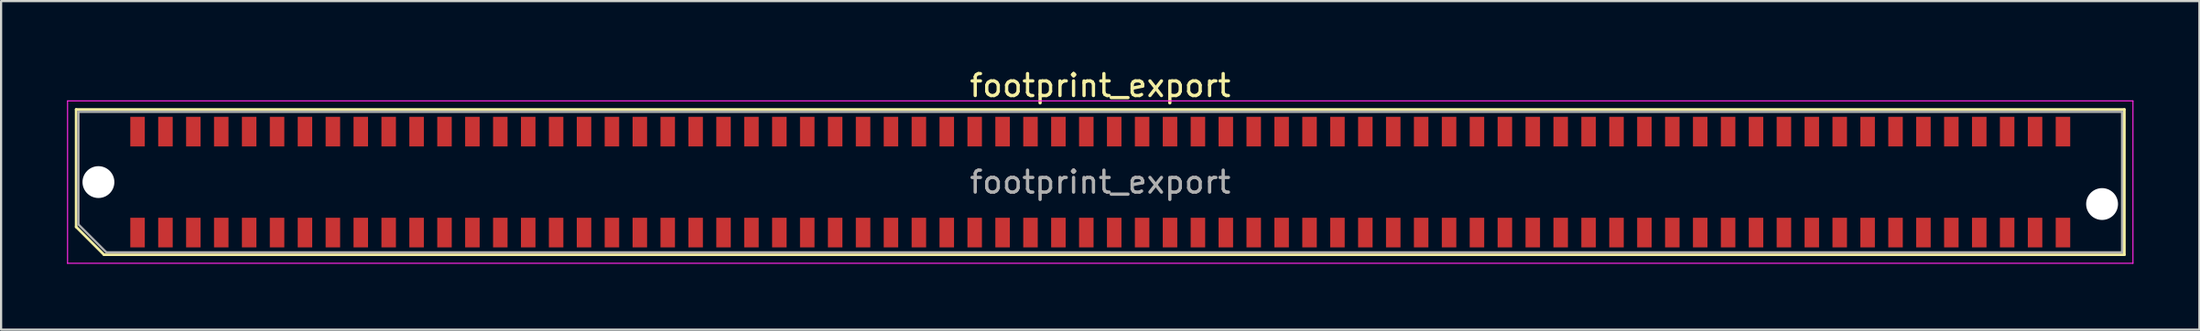
<source format=kicad_pcb>
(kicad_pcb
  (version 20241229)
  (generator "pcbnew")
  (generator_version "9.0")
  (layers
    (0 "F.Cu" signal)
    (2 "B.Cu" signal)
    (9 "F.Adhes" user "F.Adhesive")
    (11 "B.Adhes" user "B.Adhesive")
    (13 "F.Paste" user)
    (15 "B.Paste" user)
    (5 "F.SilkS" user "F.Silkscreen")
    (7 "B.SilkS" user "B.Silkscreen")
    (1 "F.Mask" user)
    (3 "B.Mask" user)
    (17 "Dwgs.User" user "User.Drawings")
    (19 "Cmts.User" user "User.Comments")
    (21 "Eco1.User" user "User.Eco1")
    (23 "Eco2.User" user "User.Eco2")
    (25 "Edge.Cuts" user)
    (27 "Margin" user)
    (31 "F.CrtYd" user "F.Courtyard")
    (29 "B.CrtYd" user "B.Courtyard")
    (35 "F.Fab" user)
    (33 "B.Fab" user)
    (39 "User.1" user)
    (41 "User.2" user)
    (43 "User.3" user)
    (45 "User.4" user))
  (footprint "footprint_export"
    (layer "F.Cu")
    (at 47.025 5.248)
    (property "Reference" "footprint_export" (at 0 -4.4 0) (layer "F.SilkS") (effects (font (size 1 1) (thickness 0.15))))
    (attr smd)
    (fp_line (start -46.61 -3.31) (end 46.61 -3.31) (stroke (width 0.12) (type solid)) (layer "F.SilkS"))
    (fp_line (start -46.61 2.04) (end -46.61 -3.31) (stroke (width 0.12) (type solid)) (layer "F.SilkS"))
    (fp_line (start -45.34 3.31) (end -46.61 2.04) (stroke (width 0.12) (type solid)) (layer "F.SilkS"))
    (fp_line (start -45.34 3.31) (end 46.61 3.31) (stroke (width 0.12) (type solid)) (layer "F.SilkS"))
    (fp_line (start 46.61 3.31) (end 46.61 -3.31) (stroke (width 0.12) (type solid)) (layer "F.SilkS"))
    (fp_line (start -47 -3.7) (end -47 3.7) (stroke (width 0.05) (type solid)) (layer "F.CrtYd"))
    (fp_line (start -47 3.7) (end 47 3.7) (stroke (width 0.05) (type solid)) (layer "F.CrtYd"))
    (fp_line (start 47 -3.7) (end -47 -3.7) (stroke (width 0.05) (type solid)) (layer "F.CrtYd"))
    (fp_line (start 47 3.7) (end 47 -3.7) (stroke (width 0.05) (type solid)) (layer "F.CrtYd"))
    (fp_line (start -46.505 -3.2) (end 46.505 -3.2) (stroke (width 0.1) (type solid)) (layer "F.Fab"))
    (fp_line (start -46.505 1.93) (end -46.505 -3.2) (stroke (width 0.1) (type solid)) (layer "F.Fab"))
    (fp_line (start -46.505 1.93) (end -45.235 3.2) (stroke (width 0.1) (type solid)) (layer "F.Fab"))
    (fp_line (start -45.235 3.2) (end 46.505 3.2) (stroke (width 0.1) (type solid)) (layer "F.Fab"))
    (fp_line (start 46.505 3.2) (end 46.505 -3.2) (stroke (width 0.1) (type solid)) (layer "F.Fab"))
    (fp_text user "${REFERENCE}" (at 0 0 0) (layer "F.Fab") (effects (font (size 1 1) (thickness 0.15))))
    (pad "" np_thru_hole circle (at -45.595 0) (size 1.45 1.45) (drill 1.45) (layers "*.Cu" "*.Mask"))
    (pad "" np_thru_hole circle (at 45.595 1) (size 1.45 1.45) (drill 1.45) (layers "*.Cu" "*.Mask"))
    (pad "1" smd rect (at -43.815 2.3) (size 0.66 1.35) (layers "F.Cu" "F.Mask" "F.Paste"))
    (pad "2" smd rect (at -43.815 -2.3) (size 0.66 1.35) (layers "F.Cu" "F.Mask" "F.Paste"))
    (pad "3" smd rect (at -42.545 2.3) (size 0.66 1.35) (layers "F.Cu" "F.Mask" "F.Paste"))
    (pad "4" smd rect (at -42.545 -2.3) (size 0.66 1.35) (layers "F.Cu" "F.Mask" "F.Paste"))
    (pad "5" smd rect (at -41.275 2.3) (size 0.66 1.35) (layers "F.Cu" "F.Mask" "F.Paste"))
    (pad "6" smd rect (at -41.275 -2.3) (size 0.66 1.35) (layers "F.Cu" "F.Mask" "F.Paste"))
    (pad "7" smd rect (at -40.005 2.3) (size 0.66 1.35) (layers "F.Cu" "F.Mask" "F.Paste"))
    (pad "8" smd rect (at -40.005 -2.3) (size 0.66 1.35) (layers "F.Cu" "F.Mask" "F.Paste"))
    (pad "9" smd rect (at -38.735 2.3) (size 0.66 1.35) (layers "F.Cu" "F.Mask" "F.Paste"))
    (pad "10" smd rect (at -38.735 -2.3) (size 0.66 1.35) (layers "F.Cu" "F.Mask" "F.Paste"))
    (pad "11" smd rect (at -37.465 2.3) (size 0.66 1.35) (layers "F.Cu" "F.Mask" "F.Paste"))
    (pad "12" smd rect (at -37.465 -2.3) (size 0.66 1.35) (layers "F.Cu" "F.Mask" "F.Paste"))
    (pad "13" smd rect (at -36.195 2.3) (size 0.66 1.35) (layers "F.Cu" "F.Mask" "F.Paste"))
    (pad "14" smd rect (at -36.195 -2.3) (size 0.66 1.35) (layers "F.Cu" "F.Mask" "F.Paste"))
    (pad "15" smd rect (at -34.925 2.3) (size 0.66 1.35) (layers "F.Cu" "F.Mask" "F.Paste"))
    (pad "16" smd rect (at -34.925 -2.3) (size 0.66 1.35) (layers "F.Cu" "F.Mask" "F.Paste"))
    (pad "17" smd rect (at -33.655 2.3) (size 0.66 1.35) (layers "F.Cu" "F.Mask" "F.Paste"))
    (pad "18" smd rect (at -33.655 -2.3) (size 0.66 1.35) (layers "F.Cu" "F.Mask" "F.Paste"))
    (pad "19" smd rect (at -32.385 2.3) (size 0.66 1.35) (layers "F.Cu" "F.Mask" "F.Paste"))
    (pad "20" smd rect (at -32.385 -2.3) (size 0.66 1.35) (layers "F.Cu" "F.Mask" "F.Paste"))
    (pad "21" smd rect (at -31.115 2.3) (size 0.66 1.35) (layers "F.Cu" "F.Mask" "F.Paste"))
    (pad "22" smd rect (at -31.115 -2.3) (size 0.66 1.35) (layers "F.Cu" "F.Mask" "F.Paste"))
    (pad "23" smd rect (at -29.845 2.3) (size 0.66 1.35) (layers "F.Cu" "F.Mask" "F.Paste"))
    (pad "24" smd rect (at -29.845 -2.3) (size 0.66 1.35) (layers "F.Cu" "F.Mask" "F.Paste"))
    (pad "25" smd rect (at -28.575 2.3) (size 0.66 1.35) (layers "F.Cu" "F.Mask" "F.Paste"))
    (pad "26" smd rect (at -28.575 -2.3) (size 0.66 1.35) (layers "F.Cu" "F.Mask" "F.Paste"))
    (pad "27" smd rect (at -27.305 2.3) (size 0.66 1.35) (layers "F.Cu" "F.Mask" "F.Paste"))
    (pad "28" smd rect (at -27.305 -2.3) (size 0.66 1.35) (layers "F.Cu" "F.Mask" "F.Paste"))
    (pad "29" smd rect (at -26.035 2.3) (size 0.66 1.35) (layers "F.Cu" "F.Mask" "F.Paste"))
    (pad "30" smd rect (at -26.035 -2.3) (size 0.66 1.35) (layers "F.Cu" "F.Mask" "F.Paste"))
    (pad "31" smd rect (at -24.765 2.3) (size 0.66 1.35) (layers "F.Cu" "F.Mask" "F.Paste"))
    (pad "32" smd rect (at -24.765 -2.3) (size 0.66 1.35) (layers "F.Cu" "F.Mask" "F.Paste"))
    (pad "33" smd rect (at -23.495 2.3) (size 0.66 1.35) (layers "F.Cu" "F.Mask" "F.Paste"))
    (pad "34" smd rect (at -23.495 -2.3) (size 0.66 1.35) (layers "F.Cu" "F.Mask" "F.Paste"))
    (pad "35" smd rect (at -22.225 2.3) (size 0.66 1.35) (layers "F.Cu" "F.Mask" "F.Paste"))
    (pad "36" smd rect (at -22.225 -2.3) (size 0.66 1.35) (layers "F.Cu" "F.Mask" "F.Paste"))
    (pad "37" smd rect (at -20.955 2.3) (size 0.66 1.35) (layers "F.Cu" "F.Mask" "F.Paste"))
    (pad "38" smd rect (at -20.955 -2.3) (size 0.66 1.35) (layers "F.Cu" "F.Mask" "F.Paste"))
    (pad "39" smd rect (at -19.685 2.3) (size 0.66 1.35) (layers "F.Cu" "F.Mask" "F.Paste"))
    (pad "40" smd rect (at -19.685 -2.3) (size 0.66 1.35) (layers "F.Cu" "F.Mask" "F.Paste"))
    (pad "41" smd rect (at -18.415 2.3) (size 0.66 1.35) (layers "F.Cu" "F.Mask" "F.Paste"))
    (pad "42" smd rect (at -18.415 -2.3) (size 0.66 1.35) (layers "F.Cu" "F.Mask" "F.Paste"))
    (pad "43" smd rect (at -17.145 2.3) (size 0.66 1.35) (layers "F.Cu" "F.Mask" "F.Paste"))
    (pad "44" smd rect (at -17.145 -2.3) (size 0.66 1.35) (layers "F.Cu" "F.Mask" "F.Paste"))
    (pad "45" smd rect (at -15.875 2.3) (size 0.66 1.35) (layers "F.Cu" "F.Mask" "F.Paste"))
    (pad "46" smd rect (at -15.875 -2.3) (size 0.66 1.35) (layers "F.Cu" "F.Mask" "F.Paste"))
    (pad "47" smd rect (at -14.605 2.3) (size 0.66 1.35) (layers "F.Cu" "F.Mask" "F.Paste"))
    (pad "48" smd rect (at -14.605 -2.3) (size 0.66 1.35) (layers "F.Cu" "F.Mask" "F.Paste"))
    (pad "49" smd rect (at -13.335 2.3) (size 0.66 1.35) (layers "F.Cu" "F.Mask" "F.Paste"))
    (pad "50" smd rect (at -13.335 -2.3) (size 0.66 1.35) (layers "F.Cu" "F.Mask" "F.Paste"))
    (pad "51" smd rect (at -12.065 2.3) (size 0.66 1.35) (layers "F.Cu" "F.Mask" "F.Paste"))
    (pad "52" smd rect (at -12.065 -2.3) (size 0.66 1.35) (layers "F.Cu" "F.Mask" "F.Paste"))
    (pad "53" smd rect (at -10.795 2.3) (size 0.66 1.35) (layers "F.Cu" "F.Mask" "F.Paste"))
    (pad "54" smd rect (at -10.795 -2.3) (size 0.66 1.35) (layers "F.Cu" "F.Mask" "F.Paste"))
    (pad "55" smd rect (at -9.525 2.3) (size 0.66 1.35) (layers "F.Cu" "F.Mask" "F.Paste"))
    (pad "56" smd rect (at -9.525 -2.3) (size 0.66 1.35) (layers "F.Cu" "F.Mask" "F.Paste"))
    (pad "57" smd rect (at -8.255 2.3) (size 0.66 1.35) (layers "F.Cu" "F.Mask" "F.Paste"))
    (pad "58" smd rect (at -8.255 -2.3) (size 0.66 1.35) (layers "F.Cu" "F.Mask" "F.Paste"))
    (pad "59" smd rect (at -6.985 2.3) (size 0.66 1.35) (layers "F.Cu" "F.Mask" "F.Paste"))
    (pad "60" smd rect (at -6.985 -2.3) (size 0.66 1.35) (layers "F.Cu" "F.Mask" "F.Paste"))
    (pad "61" smd rect (at -5.715 2.3) (size 0.66 1.35) (layers "F.Cu" "F.Mask" "F.Paste"))
    (pad "62" smd rect (at -5.715 -2.3) (size 0.66 1.35) (layers "F.Cu" "F.Mask" "F.Paste"))
    (pad "63" smd rect (at -4.445 2.3) (size 0.66 1.35) (layers "F.Cu" "F.Mask" "F.Paste"))
    (pad "64" smd rect (at -4.445 -2.3) (size 0.66 1.35) (layers "F.Cu" "F.Mask" "F.Paste"))
    (pad "65" smd rect (at -3.175 2.3) (size 0.66 1.35) (layers "F.Cu" "F.Mask" "F.Paste"))
    (pad "66" smd rect (at -3.175 -2.3) (size 0.66 1.35) (layers "F.Cu" "F.Mask" "F.Paste"))
    (pad "67" smd rect (at -1.905 2.3) (size 0.66 1.35) (layers "F.Cu" "F.Mask" "F.Paste"))
    (pad "68" smd rect (at -1.905 -2.3) (size 0.66 1.35) (layers "F.Cu" "F.Mask" "F.Paste"))
    (pad "69" smd rect (at -0.635 2.3) (size 0.66 1.35) (layers "F.Cu" "F.Mask" "F.Paste"))
    (pad "70" smd rect (at -0.635 -2.3) (size 0.66 1.35) (layers "F.Cu" "F.Mask" "F.Paste"))
    (pad "71" smd rect (at 0.635 2.3) (size 0.66 1.35) (layers "F.Cu" "F.Mask" "F.Paste"))
    (pad "72" smd rect (at 0.635 -2.3) (size 0.66 1.35) (layers "F.Cu" "F.Mask" "F.Paste"))
    (pad "73" smd rect (at 1.905 2.3) (size 0.66 1.35) (layers "F.Cu" "F.Mask" "F.Paste"))
    (pad "74" smd rect (at 1.905 -2.3) (size 0.66 1.35) (layers "F.Cu" "F.Mask" "F.Paste"))
    (pad "75" smd rect (at 3.175 2.3) (size 0.66 1.35) (layers "F.Cu" "F.Mask" "F.Paste"))
    (pad "76" smd rect (at 3.175 -2.3) (size 0.66 1.35) (layers "F.Cu" "F.Mask" "F.Paste"))
    (pad "77" smd rect (at 4.445 2.3) (size 0.66 1.35) (layers "F.Cu" "F.Mask" "F.Paste"))
    (pad "78" smd rect (at 4.445 -2.3) (size 0.66 1.35) (layers "F.Cu" "F.Mask" "F.Paste"))
    (pad "79" smd rect (at 5.715 2.3) (size 0.66 1.35) (layers "F.Cu" "F.Mask" "F.Paste"))
    (pad "80" smd rect (at 5.715 -2.3) (size 0.66 1.35) (layers "F.Cu" "F.Mask" "F.Paste"))
    (pad "81" smd rect (at 6.985 2.3) (size 0.66 1.35) (layers "F.Cu" "F.Mask" "F.Paste"))
    (pad "82" smd rect (at 6.985 -2.3) (size 0.66 1.35) (layers "F.Cu" "F.Mask" "F.Paste"))
    (pad "83" smd rect (at 8.255 2.3) (size 0.66 1.35) (layers "F.Cu" "F.Mask" "F.Paste"))
    (pad "84" smd rect (at 8.255 -2.3) (size 0.66 1.35) (layers "F.Cu" "F.Mask" "F.Paste"))
    (pad "85" smd rect (at 9.525 2.3) (size 0.66 1.35) (layers "F.Cu" "F.Mask" "F.Paste"))
    (pad "86" smd rect (at 9.525 -2.3) (size 0.66 1.35) (layers "F.Cu" "F.Mask" "F.Paste"))
    (pad "87" smd rect (at 10.795 2.3) (size 0.66 1.35) (layers "F.Cu" "F.Mask" "F.Paste"))
    (pad "88" smd rect (at 10.795 -2.3) (size 0.66 1.35) (layers "F.Cu" "F.Mask" "F.Paste"))
    (pad "89" smd rect (at 12.065 2.3) (size 0.66 1.35) (layers "F.Cu" "F.Mask" "F.Paste"))
    (pad "90" smd rect (at 12.065 -2.3) (size 0.66 1.35) (layers "F.Cu" "F.Mask" "F.Paste"))
    (pad "91" smd rect (at 13.335 2.3) (size 0.66 1.35) (layers "F.Cu" "F.Mask" "F.Paste"))
    (pad "92" smd rect (at 13.335 -2.3) (size 0.66 1.35) (layers "F.Cu" "F.Mask" "F.Paste"))
    (pad "93" smd rect (at 14.605 2.3) (size 0.66 1.35) (layers "F.Cu" "F.Mask" "F.Paste"))
    (pad "94" smd rect (at 14.605 -2.3) (size 0.66 1.35) (layers "F.Cu" "F.Mask" "F.Paste"))
    (pad "95" smd rect (at 15.875 2.3) (size 0.66 1.35) (layers "F.Cu" "F.Mask" "F.Paste"))
    (pad "96" smd rect (at 15.875 -2.3) (size 0.66 1.35) (layers "F.Cu" "F.Mask" "F.Paste"))
    (pad "97" smd rect (at 17.145 2.3) (size 0.66 1.35) (layers "F.Cu" "F.Mask" "F.Paste"))
    (pad "98" smd rect (at 17.145 -2.3) (size 0.66 1.35) (layers "F.Cu" "F.Mask" "F.Paste"))
    (pad "99" smd rect (at 18.415 2.3) (size 0.66 1.35) (layers "F.Cu" "F.Mask" "F.Paste"))
    (pad "100" smd rect (at 18.415 -2.3) (size 0.66 1.35) (layers "F.Cu" "F.Mask" "F.Paste"))
    (pad "101" smd rect (at 19.685 2.3) (size 0.66 1.35) (layers "F.Cu" "F.Mask" "F.Paste"))
    (pad "102" smd rect (at 19.685 -2.3) (size 0.66 1.35) (layers "F.Cu" "F.Mask" "F.Paste"))
    (pad "103" smd rect (at 20.955 2.3) (size 0.66 1.35) (layers "F.Cu" "F.Mask" "F.Paste"))
    (pad "104" smd rect (at 20.955 -2.3) (size 0.66 1.35) (layers "F.Cu" "F.Mask" "F.Paste"))
    (pad "105" smd rect (at 22.225 2.3) (size 0.66 1.35) (layers "F.Cu" "F.Mask" "F.Paste"))
    (pad "106" smd rect (at 22.225 -2.3) (size 0.66 1.35) (layers "F.Cu" "F.Mask" "F.Paste"))
    (pad "107" smd rect (at 23.495 2.3) (size 0.66 1.35) (layers "F.Cu" "F.Mask" "F.Paste"))
    (pad "108" smd rect (at 23.495 -2.3) (size 0.66 1.35) (layers "F.Cu" "F.Mask" "F.Paste"))
    (pad "109" smd rect (at 24.765 2.3) (size 0.66 1.35) (layers "F.Cu" "F.Mask" "F.Paste"))
    (pad "110" smd rect (at 24.765 -2.3) (size 0.66 1.35) (layers "F.Cu" "F.Mask" "F.Paste"))
    (pad "111" smd rect (at 26.035 2.3) (size 0.66 1.35) (layers "F.Cu" "F.Mask" "F.Paste"))
    (pad "112" smd rect (at 26.035 -2.3) (size 0.66 1.35) (layers "F.Cu" "F.Mask" "F.Paste"))
    (pad "113" smd rect (at 27.305 2.3) (size 0.66 1.35) (layers "F.Cu" "F.Mask" "F.Paste"))
    (pad "114" smd rect (at 27.305 -2.3) (size 0.66 1.35) (layers "F.Cu" "F.Mask" "F.Paste"))
    (pad "115" smd rect (at 28.575 2.3) (size 0.66 1.35) (layers "F.Cu" "F.Mask" "F.Paste"))
    (pad "116" smd rect (at 28.575 -2.3) (size 0.66 1.35) (layers "F.Cu" "F.Mask" "F.Paste"))
    (pad "117" smd rect (at 29.845 2.3) (size 0.66 1.35) (layers "F.Cu" "F.Mask" "F.Paste"))
    (pad "118" smd rect (at 29.845 -2.3) (size 0.66 1.35) (layers "F.Cu" "F.Mask" "F.Paste"))
    (pad "119" smd rect (at 31.115 2.3) (size 0.66 1.35) (layers "F.Cu" "F.Mask" "F.Paste"))
    (pad "120" smd rect (at 31.115 -2.3) (size 0.66 1.35) (layers "F.Cu" "F.Mask" "F.Paste"))
    (pad "121" smd rect (at 32.385 2.3) (size 0.66 1.35) (layers "F.Cu" "F.Mask" "F.Paste"))
    (pad "122" smd rect (at 32.385 -2.3) (size 0.66 1.35) (layers "F.Cu" "F.Mask" "F.Paste"))
    (pad "123" smd rect (at 33.655 2.3) (size 0.66 1.35) (layers "F.Cu" "F.Mask" "F.Paste"))
    (pad "124" smd rect (at 33.655 -2.3) (size 0.66 1.35) (layers "F.Cu" "F.Mask" "F.Paste"))
    (pad "125" smd rect (at 34.925 2.3) (size 0.66 1.35) (layers "F.Cu" "F.Mask" "F.Paste"))
    (pad "126" smd rect (at 34.925 -2.3) (size 0.66 1.35) (layers "F.Cu" "F.Mask" "F.Paste"))
    (pad "127" smd rect (at 36.195 2.3) (size 0.66 1.35) (layers "F.Cu" "F.Mask" "F.Paste"))
    (pad "128" smd rect (at 36.195 -2.3) (size 0.66 1.35) (layers "F.Cu" "F.Mask" "F.Paste"))
    (pad "129" smd rect (at 37.465 2.3) (size 0.66 1.35) (layers "F.Cu" "F.Mask" "F.Paste"))
    (pad "130" smd rect (at 37.465 -2.3) (size 0.66 1.35) (layers "F.Cu" "F.Mask" "F.Paste"))
    (pad "131" smd rect (at 38.735 2.3) (size 0.66 1.35) (layers "F.Cu" "F.Mask" "F.Paste"))
    (pad "132" smd rect (at 38.735 -2.3) (size 0.66 1.35) (layers "F.Cu" "F.Mask" "F.Paste"))
    (pad "133" smd rect (at 40.005 2.3) (size 0.66 1.35) (layers "F.Cu" "F.Mask" "F.Paste"))
    (pad "134" smd rect (at 40.005 -2.3) (size 0.66 1.35) (layers "F.Cu" "F.Mask" "F.Paste"))
    (pad "135" smd rect (at 41.275 2.3) (size 0.66 1.35) (layers "F.Cu" "F.Mask" "F.Paste"))
    (pad "136" smd rect (at 41.275 -2.3) (size 0.66 1.35) (layers "F.Cu" "F.Mask" "F.Paste"))
    (pad "137" smd rect (at 42.545 2.3) (size 0.66 1.35) (layers "F.Cu" "F.Mask" "F.Paste"))
    (pad "138" smd rect (at 42.545 -2.3) (size 0.66 1.35) (layers "F.Cu" "F.Mask" "F.Paste"))
    (pad "139" smd rect (at 43.815 2.3) (size 0.66 1.35) (layers "F.Cu" "F.Mask" "F.Paste"))
    (pad "140" smd rect (at 43.815 -2.3) (size 0.66 1.35) (layers "F.Cu" "F.Mask" "F.Paste")))
  (gr_rect
    (start -3 -3)
    (end 97.05 11.973)
    (stroke (width 0.1) (type default))
    (fill no)
    (layer "Edge.Cuts")))
</source>
